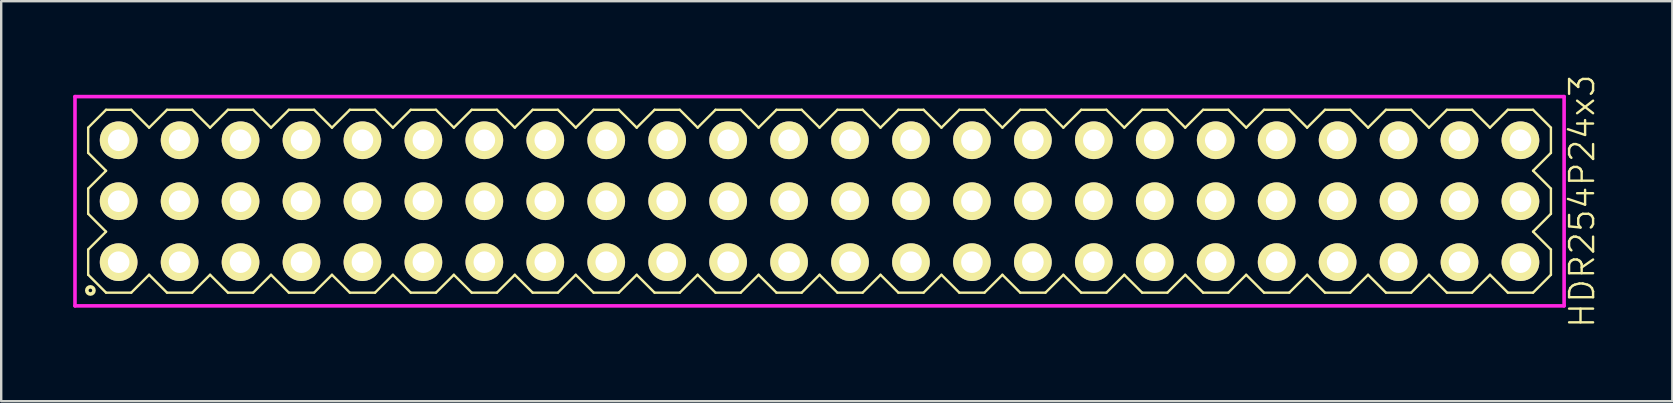
<source format=kicad_pcb>
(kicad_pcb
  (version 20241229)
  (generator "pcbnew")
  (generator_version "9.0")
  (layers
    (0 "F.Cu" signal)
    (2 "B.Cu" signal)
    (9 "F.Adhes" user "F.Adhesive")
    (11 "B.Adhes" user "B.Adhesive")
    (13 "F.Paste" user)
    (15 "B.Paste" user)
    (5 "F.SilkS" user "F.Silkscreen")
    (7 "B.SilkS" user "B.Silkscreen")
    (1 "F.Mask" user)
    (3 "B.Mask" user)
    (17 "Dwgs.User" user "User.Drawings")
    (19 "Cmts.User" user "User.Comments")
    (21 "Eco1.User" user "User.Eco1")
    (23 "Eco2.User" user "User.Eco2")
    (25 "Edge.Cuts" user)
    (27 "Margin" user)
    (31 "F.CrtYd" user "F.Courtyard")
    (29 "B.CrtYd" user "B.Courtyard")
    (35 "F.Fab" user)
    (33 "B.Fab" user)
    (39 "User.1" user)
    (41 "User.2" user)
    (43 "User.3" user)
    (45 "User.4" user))
  (footprint "HDR254P24x3"
    (layer "F.Cu")
    (at 31.105 5.336)
    (property "Reference" "HDR254P24x3" (at 31.78 0 90) (layer "F.SilkS") (effects (font (size 1 1) (thickness 0.1))))
    (attr through_hole)
    (fp_line (start -30.48 -3.066) (end -29.736 -3.81) (stroke (width 0.1) (type solid)) (layer "F.SilkS"))
    (fp_line (start -30.48 -2.014) (end -30.48 -3.066) (stroke (width 0.1) (type solid)) (layer "F.SilkS"))
    (fp_line (start -30.48 -0.526) (end -29.736 -1.27) (stroke (width 0.1) (type solid)) (layer "F.SilkS"))
    (fp_line (start -30.48 0.526) (end -30.48 -0.526) (stroke (width 0.1) (type solid)) (layer "F.SilkS"))
    (fp_line (start -30.48 2.014) (end -29.736 1.27) (stroke (width 0.1) (type solid)) (layer "F.SilkS"))
    (fp_line (start -30.48 3.066) (end -30.48 2.014) (stroke (width 0.1) (type solid)) (layer "F.SilkS"))
    (fp_line (start -29.736 -3.81) (end -28.684 -3.81) (stroke (width 0.1) (type solid)) (layer "F.SilkS"))
    (fp_line (start -29.736 -1.27) (end -30.48 -2.014) (stroke (width 0.1) (type solid)) (layer "F.SilkS"))
    (fp_line (start -29.736 1.27) (end -30.48 0.526) (stroke (width 0.1) (type solid)) (layer "F.SilkS"))
    (fp_line (start -29.736 3.81) (end -30.48 3.066) (stroke (width 0.1) (type solid)) (layer "F.SilkS"))
    (fp_line (start -28.684 -3.81) (end -27.94 -3.066) (stroke (width 0.1) (type solid)) (layer "F.SilkS"))
    (fp_line (start -28.684 3.81) (end -29.736 3.81) (stroke (width 0.1) (type solid)) (layer "F.SilkS"))
    (fp_line (start -27.94 -3.066) (end -27.196 -3.81) (stroke (width 0.1) (type solid)) (layer "F.SilkS"))
    (fp_line (start -27.94 3.066) (end -28.684 3.81) (stroke (width 0.1) (type solid)) (layer "F.SilkS"))
    (fp_line (start -27.196 -3.81) (end -26.144 -3.81) (stroke (width 0.1) (type solid)) (layer "F.SilkS"))
    (fp_line (start -27.196 3.81) (end -27.94 3.066) (stroke (width 0.1) (type solid)) (layer "F.SilkS"))
    (fp_line (start -26.144 -3.81) (end -25.4 -3.066) (stroke (width 0.1) (type solid)) (layer "F.SilkS"))
    (fp_line (start -26.144 3.81) (end -27.196 3.81) (stroke (width 0.1) (type solid)) (layer "F.SilkS"))
    (fp_line (start -25.4 -3.066) (end -24.656 -3.81) (stroke (width 0.1) (type solid)) (layer "F.SilkS"))
    (fp_line (start -25.4 3.066) (end -26.144 3.81) (stroke (width 0.1) (type solid)) (layer "F.SilkS"))
    (fp_line (start -24.656 -3.81) (end -23.604 -3.81) (stroke (width 0.1) (type solid)) (layer "F.SilkS"))
    (fp_line (start -24.656 3.81) (end -25.4 3.066) (stroke (width 0.1) (type solid)) (layer "F.SilkS"))
    (fp_line (start -23.604 -3.81) (end -22.86 -3.066) (stroke (width 0.1) (type solid)) (layer "F.SilkS"))
    (fp_line (start -23.604 3.81) (end -24.656 3.81) (stroke (width 0.1) (type solid)) (layer "F.SilkS"))
    (fp_line (start -22.86 -3.066) (end -22.116 -3.81) (stroke (width 0.1) (type solid)) (layer "F.SilkS"))
    (fp_line (start -22.86 3.066) (end -23.604 3.81) (stroke (width 0.1) (type solid)) (layer "F.SilkS"))
    (fp_line (start -22.116 -3.81) (end -21.064 -3.81) (stroke (width 0.1) (type solid)) (layer "F.SilkS"))
    (fp_line (start -22.116 3.81) (end -22.86 3.066) (stroke (width 0.1) (type solid)) (layer "F.SilkS"))
    (fp_line (start -21.064 -3.81) (end -20.32 -3.066) (stroke (width 0.1) (type solid)) (layer "F.SilkS"))
    (fp_line (start -21.064 3.81) (end -22.116 3.81) (stroke (width 0.1) (type solid)) (layer "F.SilkS"))
    (fp_line (start -20.32 -3.066) (end -19.576 -3.81) (stroke (width 0.1) (type solid)) (layer "F.SilkS"))
    (fp_line (start -20.32 3.066) (end -21.064 3.81) (stroke (width 0.1) (type solid)) (layer "F.SilkS"))
    (fp_line (start -19.576 -3.81) (end -18.524 -3.81) (stroke (width 0.1) (type solid)) (layer "F.SilkS"))
    (fp_line (start -19.576 3.81) (end -20.32 3.066) (stroke (width 0.1) (type solid)) (layer "F.SilkS"))
    (fp_line (start -18.524 -3.81) (end -17.78 -3.066) (stroke (width 0.1) (type solid)) (layer "F.SilkS"))
    (fp_line (start -18.524 3.81) (end -19.576 3.81) (stroke (width 0.1) (type solid)) (layer "F.SilkS"))
    (fp_line (start -17.78 -3.066) (end -17.036 -3.81) (stroke (width 0.1) (type solid)) (layer "F.SilkS"))
    (fp_line (start -17.78 3.066) (end -18.524 3.81) (stroke (width 0.1) (type solid)) (layer "F.SilkS"))
    (fp_line (start -17.036 -3.81) (end -15.984 -3.81) (stroke (width 0.1) (type solid)) (layer "F.SilkS"))
    (fp_line (start -17.036 3.81) (end -17.78 3.066) (stroke (width 0.1) (type solid)) (layer "F.SilkS"))
    (fp_line (start -15.984 -3.81) (end -15.24 -3.066) (stroke (width 0.1) (type solid)) (layer "F.SilkS"))
    (fp_line (start -15.984 3.81) (end -17.036 3.81) (stroke (width 0.1) (type solid)) (layer "F.SilkS"))
    (fp_line (start -15.24 -3.066) (end -14.496 -3.81) (stroke (width 0.1) (type solid)) (layer "F.SilkS"))
    (fp_line (start -15.24 3.066) (end -15.984 3.81) (stroke (width 0.1) (type solid)) (layer "F.SilkS"))
    (fp_line (start -14.496 -3.81) (end -13.444 -3.81) (stroke (width 0.1) (type solid)) (layer "F.SilkS"))
    (fp_line (start -14.496 3.81) (end -15.24 3.066) (stroke (width 0.1) (type solid)) (layer "F.SilkS"))
    (fp_line (start -13.444 -3.81) (end -12.7 -3.066) (stroke (width 0.1) (type solid)) (layer "F.SilkS"))
    (fp_line (start -13.444 3.81) (end -14.496 3.81) (stroke (width 0.1) (type solid)) (layer "F.SilkS"))
    (fp_line (start -12.7 -3.066) (end -11.956 -3.81) (stroke (width 0.1) (type solid)) (layer "F.SilkS"))
    (fp_line (start -12.7 3.066) (end -13.444 3.81) (stroke (width 0.1) (type solid)) (layer "F.SilkS"))
    (fp_line (start -11.956 -3.81) (end -10.904 -3.81) (stroke (width 0.1) (type solid)) (layer "F.SilkS"))
    (fp_line (start -11.956 3.81) (end -12.7 3.066) (stroke (width 0.1) (type solid)) (layer "F.SilkS"))
    (fp_line (start -10.904 -3.81) (end -10.16 -3.066) (stroke (width 0.1) (type solid)) (layer "F.SilkS"))
    (fp_line (start -10.904 3.81) (end -11.956 3.81) (stroke (width 0.1) (type solid)) (layer "F.SilkS"))
    (fp_line (start -10.16 -3.066) (end -9.416 -3.81) (stroke (width 0.1) (type solid)) (layer "F.SilkS"))
    (fp_line (start -10.16 3.066) (end -10.904 3.81) (stroke (width 0.1) (type solid)) (layer "F.SilkS"))
    (fp_line (start -9.416 -3.81) (end -8.364 -3.81) (stroke (width 0.1) (type solid)) (layer "F.SilkS"))
    (fp_line (start -9.416 3.81) (end -10.16 3.066) (stroke (width 0.1) (type solid)) (layer "F.SilkS"))
    (fp_line (start -8.364 -3.81) (end -7.62 -3.066) (stroke (width 0.1) (type solid)) (layer "F.SilkS"))
    (fp_line (start -8.364 3.81) (end -9.416 3.81) (stroke (width 0.1) (type solid)) (layer "F.SilkS"))
    (fp_line (start -7.62 -3.066) (end -6.876 -3.81) (stroke (width 0.1) (type solid)) (layer "F.SilkS"))
    (fp_line (start -7.62 3.066) (end -8.364 3.81) (stroke (width 0.1) (type solid)) (layer "F.SilkS"))
    (fp_line (start -6.876 -3.81) (end -5.824 -3.81) (stroke (width 0.1) (type solid)) (layer "F.SilkS"))
    (fp_line (start -6.876 3.81) (end -7.62 3.066) (stroke (width 0.1) (type solid)) (layer "F.SilkS"))
    (fp_line (start -5.824 -3.81) (end -5.08 -3.066) (stroke (width 0.1) (type solid)) (layer "F.SilkS"))
    (fp_line (start -5.824 3.81) (end -6.876 3.81) (stroke (width 0.1) (type solid)) (layer "F.SilkS"))
    (fp_line (start -5.08 -3.066) (end -4.336 -3.81) (stroke (width 0.1) (type solid)) (layer "F.SilkS"))
    (fp_line (start -5.08 3.066) (end -5.824 3.81) (stroke (width 0.1) (type solid)) (layer "F.SilkS"))
    (fp_line (start -4.336 -3.81) (end -3.284 -3.81) (stroke (width 0.1) (type solid)) (layer "F.SilkS"))
    (fp_line (start -4.336 3.81) (end -5.08 3.066) (stroke (width 0.1) (type solid)) (layer "F.SilkS"))
    (fp_line (start -3.284 -3.81) (end -2.54 -3.066) (stroke (width 0.1) (type solid)) (layer "F.SilkS"))
    (fp_line (start -3.284 3.81) (end -4.336 3.81) (stroke (width 0.1) (type solid)) (layer "F.SilkS"))
    (fp_line (start -2.54 -3.066) (end -1.796 -3.81) (stroke (width 0.1) (type solid)) (layer "F.SilkS"))
    (fp_line (start -2.54 3.066) (end -3.284 3.81) (stroke (width 0.1) (type solid)) (layer "F.SilkS"))
    (fp_line (start -1.796 -3.81) (end -0.744 -3.81) (stroke (width 0.1) (type solid)) (layer "F.SilkS"))
    (fp_line (start -1.796 3.81) (end -2.54 3.066) (stroke (width 0.1) (type solid)) (layer "F.SilkS"))
    (fp_line (start -0.744 -3.81) (end 0 -3.066) (stroke (width 0.1) (type solid)) (layer "F.SilkS"))
    (fp_line (start -0.744 3.81) (end -1.796 3.81) (stroke (width 0.1) (type solid)) (layer "F.SilkS"))
    (fp_line (start 0 -3.066) (end 0.744 -3.81) (stroke (width 0.1) (type solid)) (layer "F.SilkS"))
    (fp_line (start 0 3.066) (end -0.744 3.81) (stroke (width 0.1) (type solid)) (layer "F.SilkS"))
    (fp_line (start 0.744 -3.81) (end 1.796 -3.81) (stroke (width 0.1) (type solid)) (layer "F.SilkS"))
    (fp_line (start 0.744 3.81) (end 0 3.066) (stroke (width 0.1) (type solid)) (layer "F.SilkS"))
    (fp_line (start 1.796 -3.81) (end 2.54 -3.066) (stroke (width 0.1) (type solid)) (layer "F.SilkS"))
    (fp_line (start 1.796 3.81) (end 0.744 3.81) (stroke (width 0.1) (type solid)) (layer "F.SilkS"))
    (fp_line (start 2.54 -3.066) (end 3.284 -3.81) (stroke (width 0.1) (type solid)) (layer "F.SilkS"))
    (fp_line (start 2.54 3.066) (end 1.796 3.81) (stroke (width 0.1) (type solid)) (layer "F.SilkS"))
    (fp_line (start 3.284 -3.81) (end 4.336 -3.81) (stroke (width 0.1) (type solid)) (layer "F.SilkS"))
    (fp_line (start 3.284 3.81) (end 2.54 3.066) (stroke (width 0.1) (type solid)) (layer "F.SilkS"))
    (fp_line (start 4.336 -3.81) (end 5.08 -3.066) (stroke (width 0.1) (type solid)) (layer "F.SilkS"))
    (fp_line (start 4.336 3.81) (end 3.284 3.81) (stroke (width 0.1) (type solid)) (layer "F.SilkS"))
    (fp_line (start 5.08 -3.066) (end 5.824 -3.81) (stroke (width 0.1) (type solid)) (layer "F.SilkS"))
    (fp_line (start 5.08 3.066) (end 4.336 3.81) (stroke (width 0.1) (type solid)) (layer "F.SilkS"))
    (fp_line (start 5.824 -3.81) (end 6.876 -3.81) (stroke (width 0.1) (type solid)) (layer "F.SilkS"))
    (fp_line (start 5.824 3.81) (end 5.08 3.066) (stroke (width 0.1) (type solid)) (layer "F.SilkS"))
    (fp_line (start 6.876 -3.81) (end 7.62 -3.066) (stroke (width 0.1) (type solid)) (layer "F.SilkS"))
    (fp_line (start 6.876 3.81) (end 5.824 3.81) (stroke (width 0.1) (type solid)) (layer "F.SilkS"))
    (fp_line (start 7.62 -3.066) (end 8.364 -3.81) (stroke (width 0.1) (type solid)) (layer "F.SilkS"))
    (fp_line (start 7.62 3.066) (end 6.876 3.81) (stroke (width 0.1) (type solid)) (layer "F.SilkS"))
    (fp_line (start 8.364 -3.81) (end 9.416 -3.81) (stroke (width 0.1) (type solid)) (layer "F.SilkS"))
    (fp_line (start 8.364 3.81) (end 7.62 3.066) (stroke (width 0.1) (type solid)) (layer "F.SilkS"))
    (fp_line (start 9.416 -3.81) (end 10.16 -3.066) (stroke (width 0.1) (type solid)) (layer "F.SilkS"))
    (fp_line (start 9.416 3.81) (end 8.364 3.81) (stroke (width 0.1) (type solid)) (layer "F.SilkS"))
    (fp_line (start 10.16 -3.066) (end 10.904 -3.81) (stroke (width 0.1) (type solid)) (layer "F.SilkS"))
    (fp_line (start 10.16 3.066) (end 9.416 3.81) (stroke (width 0.1) (type solid)) (layer "F.SilkS"))
    (fp_line (start 10.904 -3.81) (end 11.956 -3.81) (stroke (width 0.1) (type solid)) (layer "F.SilkS"))
    (fp_line (start 10.904 3.81) (end 10.16 3.066) (stroke (width 0.1) (type solid)) (layer "F.SilkS"))
    (fp_line (start 11.956 -3.81) (end 12.7 -3.066) (stroke (width 0.1) (type solid)) (layer "F.SilkS"))
    (fp_line (start 11.956 3.81) (end 10.904 3.81) (stroke (width 0.1) (type solid)) (layer "F.SilkS"))
    (fp_line (start 12.7 -3.066) (end 13.444 -3.81) (stroke (width 0.1) (type solid)) (layer "F.SilkS"))
    (fp_line (start 12.7 3.066) (end 11.956 3.81) (stroke (width 0.1) (type solid)) (layer "F.SilkS"))
    (fp_line (start 13.444 -3.81) (end 14.496 -3.81) (stroke (width 0.1) (type solid)) (layer "F.SilkS"))
    (fp_line (start 13.444 3.81) (end 12.7 3.066) (stroke (width 0.1) (type solid)) (layer "F.SilkS"))
    (fp_line (start 14.496 -3.81) (end 15.24 -3.066) (stroke (width 0.1) (type solid)) (layer "F.SilkS"))
    (fp_line (start 14.496 3.81) (end 13.444 3.81) (stroke (width 0.1) (type solid)) (layer "F.SilkS"))
    (fp_line (start 15.24 -3.066) (end 15.984 -3.81) (stroke (width 0.1) (type solid)) (layer "F.SilkS"))
    (fp_line (start 15.24 3.066) (end 14.496 3.81) (stroke (width 0.1) (type solid)) (layer "F.SilkS"))
    (fp_line (start 15.984 -3.81) (end 17.036 -3.81) (stroke (width 0.1) (type solid)) (layer "F.SilkS"))
    (fp_line (start 15.984 3.81) (end 15.24 3.066) (stroke (width 0.1) (type solid)) (layer "F.SilkS"))
    (fp_line (start 17.036 -3.81) (end 17.78 -3.066) (stroke (width 0.1) (type solid)) (layer "F.SilkS"))
    (fp_line (start 17.036 3.81) (end 15.984 3.81) (stroke (width 0.1) (type solid)) (layer "F.SilkS"))
    (fp_line (start 17.78 -3.066) (end 18.524 -3.81) (stroke (width 0.1) (type solid)) (layer "F.SilkS"))
    (fp_line (start 17.78 3.066) (end 17.036 3.81) (stroke (width 0.1) (type solid)) (layer "F.SilkS"))
    (fp_line (start 18.524 -3.81) (end 19.576 -3.81) (stroke (width 0.1) (type solid)) (layer "F.SilkS"))
    (fp_line (start 18.524 3.81) (end 17.78 3.066) (stroke (width 0.1) (type solid)) (layer "F.SilkS"))
    (fp_line (start 19.576 -3.81) (end 20.32 -3.066) (stroke (width 0.1) (type solid)) (layer "F.SilkS"))
    (fp_line (start 19.576 3.81) (end 18.524 3.81) (stroke (width 0.1) (type solid)) (layer "F.SilkS"))
    (fp_line (start 20.32 -3.066) (end 21.064 -3.81) (stroke (width 0.1) (type solid)) (layer "F.SilkS"))
    (fp_line (start 20.32 3.066) (end 19.576 3.81) (stroke (width 0.1) (type solid)) (layer "F.SilkS"))
    (fp_line (start 21.064 -3.81) (end 22.116 -3.81) (stroke (width 0.1) (type solid)) (layer "F.SilkS"))
    (fp_line (start 21.064 3.81) (end 20.32 3.066) (stroke (width 0.1) (type solid)) (layer "F.SilkS"))
    (fp_line (start 22.116 -3.81) (end 22.86 -3.066) (stroke (width 0.1) (type solid)) (layer "F.SilkS"))
    (fp_line (start 22.116 3.81) (end 21.064 3.81) (stroke (width 0.1) (type solid)) (layer "F.SilkS"))
    (fp_line (start 22.86 -3.066) (end 23.604 -3.81) (stroke (width 0.1) (type solid)) (layer "F.SilkS"))
    (fp_line (start 22.86 3.066) (end 22.116 3.81) (stroke (width 0.1) (type solid)) (layer "F.SilkS"))
    (fp_line (start 23.604 -3.81) (end 24.656 -3.81) (stroke (width 0.1) (type solid)) (layer "F.SilkS"))
    (fp_line (start 23.604 3.81) (end 22.86 3.066) (stroke (width 0.1) (type solid)) (layer "F.SilkS"))
    (fp_line (start 24.656 -3.81) (end 25.4 -3.066) (stroke (width 0.1) (type solid)) (layer "F.SilkS"))
    (fp_line (start 24.656 3.81) (end 23.604 3.81) (stroke (width 0.1) (type solid)) (layer "F.SilkS"))
    (fp_line (start 25.4 -3.066) (end 26.144 -3.81) (stroke (width 0.1) (type solid)) (layer "F.SilkS"))
    (fp_line (start 25.4 3.066) (end 24.656 3.81) (stroke (width 0.1) (type solid)) (layer "F.SilkS"))
    (fp_line (start 26.144 -3.81) (end 27.196 -3.81) (stroke (width 0.1) (type solid)) (layer "F.SilkS"))
    (fp_line (start 26.144 3.81) (end 25.4 3.066) (stroke (width 0.1) (type solid)) (layer "F.SilkS"))
    (fp_line (start 27.196 -3.81) (end 27.94 -3.066) (stroke (width 0.1) (type solid)) (layer "F.SilkS"))
    (fp_line (start 27.196 3.81) (end 26.144 3.81) (stroke (width 0.1) (type solid)) (layer "F.SilkS"))
    (fp_line (start 27.94 -3.066) (end 28.684 -3.81) (stroke (width 0.1) (type solid)) (layer "F.SilkS"))
    (fp_line (start 27.94 3.066) (end 27.196 3.81) (stroke (width 0.1) (type solid)) (layer "F.SilkS"))
    (fp_line (start 28.684 -3.81) (end 29.736 -3.81) (stroke (width 0.1) (type solid)) (layer "F.SilkS"))
    (fp_line (start 28.684 3.81) (end 27.94 3.066) (stroke (width 0.1) (type solid)) (layer "F.SilkS"))
    (fp_line (start 29.736 -3.81) (end 30.48 -3.066) (stroke (width 0.1) (type solid)) (layer "F.SilkS"))
    (fp_line (start 29.736 -1.27) (end 30.48 -0.526) (stroke (width 0.1) (type solid)) (layer "F.SilkS"))
    (fp_line (start 29.736 1.27) (end 30.48 2.014) (stroke (width 0.1) (type solid)) (layer "F.SilkS"))
    (fp_line (start 29.736 3.81) (end 28.684 3.81) (stroke (width 0.1) (type solid)) (layer "F.SilkS"))
    (fp_line (start 30.48 -3.066) (end 30.48 -2.014) (stroke (width 0.1) (type solid)) (layer "F.SilkS"))
    (fp_line (start 30.48 -2.014) (end 29.736 -1.27) (stroke (width 0.1) (type solid)) (layer "F.SilkS"))
    (fp_line (start 30.48 -0.526) (end 30.48 0.526) (stroke (width 0.1) (type solid)) (layer "F.SilkS"))
    (fp_line (start 30.48 0.526) (end 29.736 1.27) (stroke (width 0.1) (type solid)) (layer "F.SilkS"))
    (fp_line (start 30.48 2.014) (end 30.48 3.066) (stroke (width 0.1) (type solid)) (layer "F.SilkS"))
    (fp_line (start 30.48 3.066) (end 29.736 3.81) (stroke (width 0.1) (type solid)) (layer "F.SilkS"))
    (fp_circle (center -30.388 3.718) (end -30.238 3.718) (stroke (width 0.15) (type solid)) (fill no) (layer "F.SilkS"))
    (fp_line (start -31.03 -4.36) (end -31.03 4.36) (stroke (width 0.15) (type solid)) (layer "F.CrtYd"))
    (fp_line (start -31.03 4.36) (end 31.03 4.36) (stroke (width 0.15) (type solid)) (layer "F.CrtYd"))
    (fp_line (start 31.03 -4.36) (end -31.03 -4.36) (stroke (width 0.15) (type solid)) (layer "F.CrtYd"))
    (fp_line (start 31.03 4.36) (end 31.03 -4.36) (stroke (width 0.15) (type solid)) (layer "F.CrtYd"))
    (pad "1" thru_hole oval (at -29.21 2.54) (size 1.57 1.57) (drill 0.9) (layers "*.Cu" "*.Mask" "F.SilkS"))
    (pad "2" thru_hole oval (at -29.21 0) (size 1.57 1.57) (drill 0.9) (layers "*.Cu" "*.Mask" "F.SilkS"))
    (pad "3" thru_hole oval (at -29.21 -2.54) (size 1.57 1.57) (drill 0.9) (layers "*.Cu" "*.Mask" "F.SilkS"))
    (pad "4" thru_hole oval (at -26.67 2.54) (size 1.57 1.57) (drill 0.9) (layers "*.Cu" "*.Mask" "F.SilkS"))
    (pad "5" thru_hole oval (at -26.67 0) (size 1.57 1.57) (drill 0.9) (layers "*.Cu" "*.Mask" "F.SilkS"))
    (pad "6" thru_hole oval (at -26.67 -2.54) (size 1.57 1.57) (drill 0.9) (layers "*.Cu" "*.Mask" "F.SilkS"))
    (pad "7" thru_hole oval (at -24.13 2.54) (size 1.57 1.57) (drill 0.9) (layers "*.Cu" "*.Mask" "F.SilkS"))
    (pad "8" thru_hole oval (at -24.13 0) (size 1.57 1.57) (drill 0.9) (layers "*.Cu" "*.Mask" "F.SilkS"))
    (pad "9" thru_hole oval (at -24.13 -2.54) (size 1.57 1.57) (drill 0.9) (layers "*.Cu" "*.Mask" "F.SilkS"))
    (pad "10" thru_hole oval (at -21.59 2.54) (size 1.57 1.57) (drill 0.9) (layers "*.Cu" "*.Mask" "F.SilkS"))
    (pad "11" thru_hole oval (at -21.59 0) (size 1.57 1.57) (drill 0.9) (layers "*.Cu" "*.Mask" "F.SilkS"))
    (pad "12" thru_hole oval (at -21.59 -2.54) (size 1.57 1.57) (drill 0.9) (layers "*.Cu" "*.Mask" "F.SilkS"))
    (pad "13" thru_hole oval (at -19.05 2.54) (size 1.57 1.57) (drill 0.9) (layers "*.Cu" "*.Mask" "F.SilkS"))
    (pad "14" thru_hole oval (at -19.05 0) (size 1.57 1.57) (drill 0.9) (layers "*.Cu" "*.Mask" "F.SilkS"))
    (pad "15" thru_hole oval (at -19.05 -2.54) (size 1.57 1.57) (drill 0.9) (layers "*.Cu" "*.Mask" "F.SilkS"))
    (pad "16" thru_hole oval (at -16.51 2.54) (size 1.57 1.57) (drill 0.9) (layers "*.Cu" "*.Mask" "F.SilkS"))
    (pad "17" thru_hole oval (at -16.51 0) (size 1.57 1.57) (drill 0.9) (layers "*.Cu" "*.Mask" "F.SilkS"))
    (pad "18" thru_hole oval (at -16.51 -2.54) (size 1.57 1.57) (drill 0.9) (layers "*.Cu" "*.Mask" "F.SilkS"))
    (pad "19" thru_hole oval (at -13.97 2.54) (size 1.57 1.57) (drill 0.9) (layers "*.Cu" "*.Mask" "F.SilkS"))
    (pad "20" thru_hole oval (at -13.97 0) (size 1.57 1.57) (drill 0.9) (layers "*.Cu" "*.Mask" "F.SilkS"))
    (pad "21" thru_hole oval (at -13.97 -2.54) (size 1.57 1.57) (drill 0.9) (layers "*.Cu" "*.Mask" "F.SilkS"))
    (pad "22" thru_hole oval (at -11.43 2.54) (size 1.57 1.57) (drill 0.9) (layers "*.Cu" "*.Mask" "F.SilkS"))
    (pad "23" thru_hole oval (at -11.43 0) (size 1.57 1.57) (drill 0.9) (layers "*.Cu" "*.Mask" "F.SilkS"))
    (pad "24" thru_hole oval (at -11.43 -2.54) (size 1.57 1.57) (drill 0.9) (layers "*.Cu" "*.Mask" "F.SilkS"))
    (pad "25" thru_hole oval (at -8.89 2.54) (size 1.57 1.57) (drill 0.9) (layers "*.Cu" "*.Mask" "F.SilkS"))
    (pad "26" thru_hole oval (at -8.89 0) (size 1.57 1.57) (drill 0.9) (layers "*.Cu" "*.Mask" "F.SilkS"))
    (pad "27" thru_hole oval (at -8.89 -2.54) (size 1.57 1.57) (drill 0.9) (layers "*.Cu" "*.Mask" "F.SilkS"))
    (pad "28" thru_hole oval (at -6.35 2.54) (size 1.57 1.57) (drill 0.9) (layers "*.Cu" "*.Mask" "F.SilkS"))
    (pad "29" thru_hole oval (at -6.35 0) (size 1.57 1.57) (drill 0.9) (layers "*.Cu" "*.Mask" "F.SilkS"))
    (pad "30" thru_hole oval (at -6.35 -2.54) (size 1.57 1.57) (drill 0.9) (layers "*.Cu" "*.Mask" "F.SilkS"))
    (pad "31" thru_hole oval (at -3.81 2.54) (size 1.57 1.57) (drill 0.9) (layers "*.Cu" "*.Mask" "F.SilkS"))
    (pad "32" thru_hole oval (at -3.81 0) (size 1.57 1.57) (drill 0.9) (layers "*.Cu" "*.Mask" "F.SilkS"))
    (pad "33" thru_hole oval (at -3.81 -2.54) (size 1.57 1.57) (drill 0.9) (layers "*.Cu" "*.Mask" "F.SilkS"))
    (pad "34" thru_hole oval (at -1.27 2.54) (size 1.57 1.57) (drill 0.9) (layers "*.Cu" "*.Mask" "F.SilkS"))
    (pad "35" thru_hole oval (at -1.27 0) (size 1.57 1.57) (drill 0.9) (layers "*.Cu" "*.Mask" "F.SilkS"))
    (pad "36" thru_hole oval (at -1.27 -2.54) (size 1.57 1.57) (drill 0.9) (layers "*.Cu" "*.Mask" "F.SilkS"))
    (pad "37" thru_hole oval (at 1.27 2.54) (size 1.57 1.57) (drill 0.9) (layers "*.Cu" "*.Mask" "F.SilkS"))
    (pad "38" thru_hole oval (at 1.27 0) (size 1.57 1.57) (drill 0.9) (layers "*.Cu" "*.Mask" "F.SilkS"))
    (pad "39" thru_hole oval (at 1.27 -2.54) (size 1.57 1.57) (drill 0.9) (layers "*.Cu" "*.Mask" "F.SilkS"))
    (pad "40" thru_hole oval (at 3.81 2.54) (size 1.57 1.57) (drill 0.9) (layers "*.Cu" "*.Mask" "F.SilkS"))
    (pad "41" thru_hole oval (at 3.81 0) (size 1.57 1.57) (drill 0.9) (layers "*.Cu" "*.Mask" "F.SilkS"))
    (pad "42" thru_hole oval (at 3.81 -2.54) (size 1.57 1.57) (drill 0.9) (layers "*.Cu" "*.Mask" "F.SilkS"))
    (pad "43" thru_hole oval (at 6.35 2.54) (size 1.57 1.57) (drill 0.9) (layers "*.Cu" "*.Mask" "F.SilkS"))
    (pad "44" thru_hole oval (at 6.35 0) (size 1.57 1.57) (drill 0.9) (layers "*.Cu" "*.Mask" "F.SilkS"))
    (pad "45" thru_hole oval (at 6.35 -2.54) (size 1.57 1.57) (drill 0.9) (layers "*.Cu" "*.Mask" "F.SilkS"))
    (pad "46" thru_hole oval (at 8.89 2.54) (size 1.57 1.57) (drill 0.9) (layers "*.Cu" "*.Mask" "F.SilkS"))
    (pad "47" thru_hole oval (at 8.89 0) (size 1.57 1.57) (drill 0.9) (layers "*.Cu" "*.Mask" "F.SilkS"))
    (pad "48" thru_hole oval (at 8.89 -2.54) (size 1.57 1.57) (drill 0.9) (layers "*.Cu" "*.Mask" "F.SilkS"))
    (pad "49" thru_hole oval (at 11.43 2.54) (size 1.57 1.57) (drill 0.9) (layers "*.Cu" "*.Mask" "F.SilkS"))
    (pad "50" thru_hole oval (at 11.43 0) (size 1.57 1.57) (drill 0.9) (layers "*.Cu" "*.Mask" "F.SilkS"))
    (pad "51" thru_hole oval (at 11.43 -2.54) (size 1.57 1.57) (drill 0.9) (layers "*.Cu" "*.Mask" "F.SilkS"))
    (pad "52" thru_hole oval (at 13.97 2.54) (size 1.57 1.57) (drill 0.9) (layers "*.Cu" "*.Mask" "F.SilkS"))
    (pad "53" thru_hole oval (at 13.97 0) (size 1.57 1.57) (drill 0.9) (layers "*.Cu" "*.Mask" "F.SilkS"))
    (pad "54" thru_hole oval (at 13.97 -2.54) (size 1.57 1.57) (drill 0.9) (layers "*.Cu" "*.Mask" "F.SilkS"))
    (pad "55" thru_hole oval (at 16.51 2.54) (size 1.57 1.57) (drill 0.9) (layers "*.Cu" "*.Mask" "F.SilkS"))
    (pad "56" thru_hole oval (at 16.51 0) (size 1.57 1.57) (drill 0.9) (layers "*.Cu" "*.Mask" "F.SilkS"))
    (pad "57" thru_hole oval (at 16.51 -2.54) (size 1.57 1.57) (drill 0.9) (layers "*.Cu" "*.Mask" "F.SilkS"))
    (pad "58" thru_hole oval (at 19.05 2.54) (size 1.57 1.57) (drill 0.9) (layers "*.Cu" "*.Mask" "F.SilkS"))
    (pad "59" thru_hole oval (at 19.05 0) (size 1.57 1.57) (drill 0.9) (layers "*.Cu" "*.Mask" "F.SilkS"))
    (pad "60" thru_hole oval (at 19.05 -2.54) (size 1.57 1.57) (drill 0.9) (layers "*.Cu" "*.Mask" "F.SilkS"))
    (pad "61" thru_hole oval (at 21.59 2.54) (size 1.57 1.57) (drill 0.9) (layers "*.Cu" "*.Mask" "F.SilkS"))
    (pad "62" thru_hole oval (at 21.59 0) (size 1.57 1.57) (drill 0.9) (layers "*.Cu" "*.Mask" "F.SilkS"))
    (pad "63" thru_hole oval (at 21.59 -2.54) (size 1.57 1.57) (drill 0.9) (layers "*.Cu" "*.Mask" "F.SilkS"))
    (pad "64" thru_hole oval (at 24.13 2.54) (size 1.57 1.57) (drill 0.9) (layers "*.Cu" "*.Mask" "F.SilkS"))
    (pad "65" thru_hole oval (at 24.13 0) (size 1.57 1.57) (drill 0.9) (layers "*.Cu" "*.Mask" "F.SilkS"))
    (pad "66" thru_hole oval (at 24.13 -2.54) (size 1.57 1.57) (drill 0.9) (layers "*.Cu" "*.Mask" "F.SilkS"))
    (pad "67" thru_hole oval (at 26.67 2.54) (size 1.57 1.57) (drill 0.9) (layers "*.Cu" "*.Mask" "F.SilkS"))
    (pad "68" thru_hole oval (at 26.67 0) (size 1.57 1.57) (drill 0.9) (layers "*.Cu" "*.Mask" "F.SilkS"))
    (pad "69" thru_hole oval (at 26.67 -2.54) (size 1.57 1.57) (drill 0.9) (layers "*.Cu" "*.Mask" "F.SilkS"))
    (pad "70" thru_hole oval (at 29.21 2.54) (size 1.57 1.57) (drill 0.9) (layers "*.Cu" "*.Mask" "F.SilkS"))
    (pad "71" thru_hole oval (at 29.21 0) (size 1.57 1.57) (drill 0.9) (layers "*.Cu" "*.Mask" "F.SilkS"))
    (pad "72" thru_hole oval (at 29.21 -2.54) (size 1.57 1.57) (drill 0.9) (layers "*.Cu" "*.Mask" "F.SilkS")))
  (gr_rect
    (start -3 -3)
    (end 66.645 13.671)
    (stroke (width 0.1) (type default))
    (fill no)
    (layer "Edge.Cuts")))
</source>
